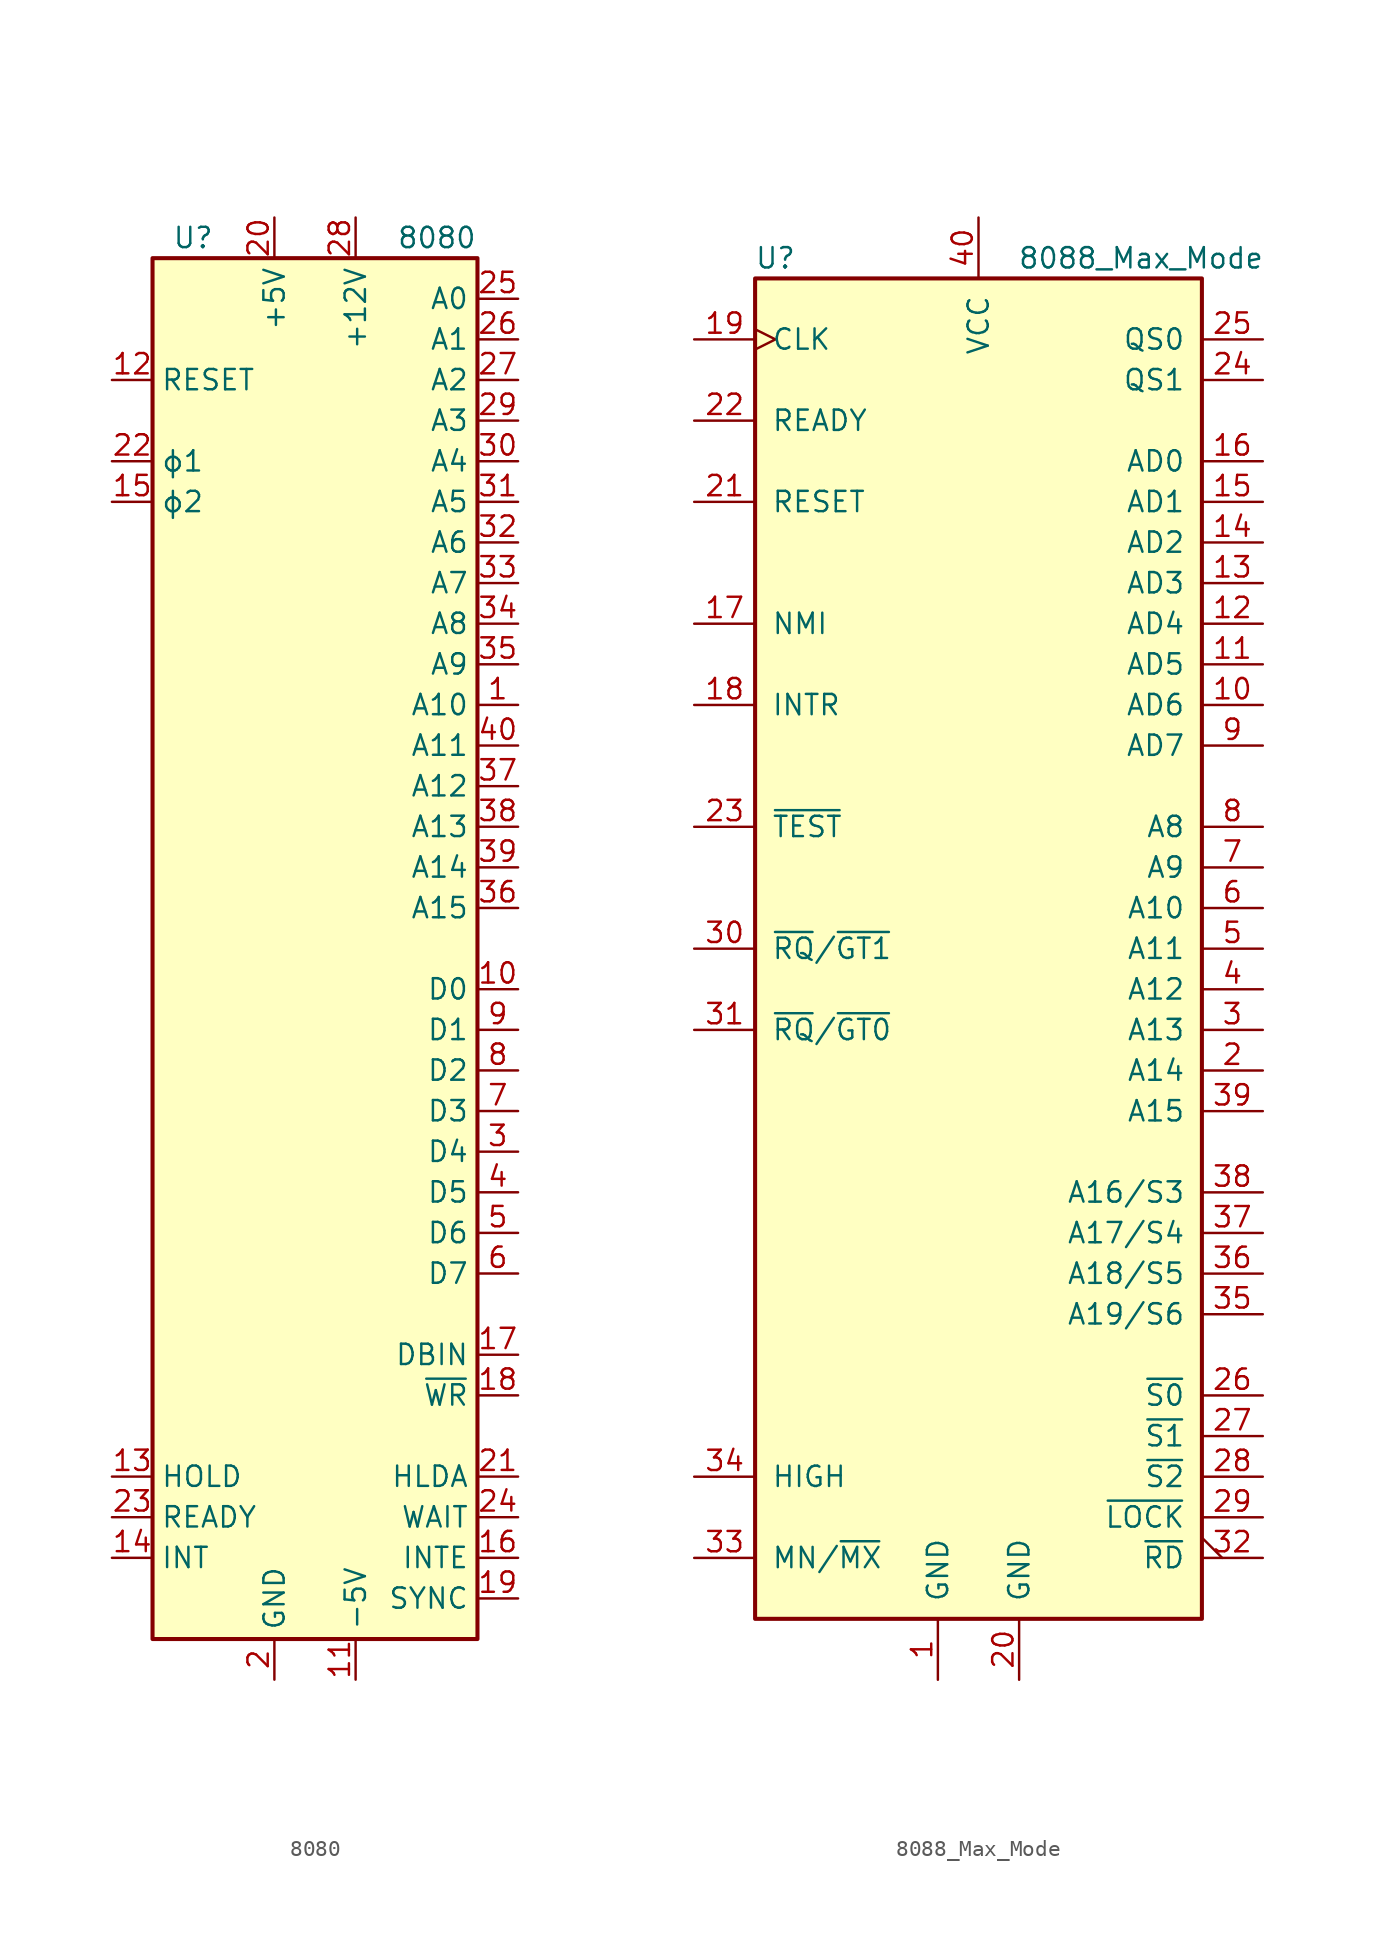
<source format=kicad_sym>
(kicad_symbol_lib
  (version 20231120)
  (generator "kicad_symbol_editor")
  (generator_version "8.0")
  (symbol "8080"
    (property "Reference" "U"
      (at -7.62 44.45 0)
      (effects (font (size 1.27 1.27))))
    (property "Value" "8080"
      (at 7.62 44.45 0)
      (effects (font (size 1.27 1.27))))
    (symbol "8080_0_1"
      (rectangle (start -10.16 43.18) (end 10.16 -43.18) (stroke (width 0.254) (type default)) (fill (type background))))
    (symbol "8080_1_1"
      (pin output line (at 12.7 15.24 180) (length 2.54) (name "A10" (effects (font (size 1.27 1.27)))) (number "1" (effects (font (size 1.27 1.27)))))
      (pin bidirectional line (at 12.7 -2.54 180) (length 2.54) (name "D0" (effects (font (size 1.27 1.27)))) (number "10" (effects (font (size 1.27 1.27)))))
      (pin power_in line (at 2.54 -45.72 90) (length 2.54) (name "-5V" (effects (font (size 1.27 1.27)))) (number "11" (effects (font (size 1.27 1.27)))))
      (pin input line (at -12.7 35.56 0) (length 2.54) (name "RESET" (effects (font (size 1.27 1.27)))) (number "12" (effects (font (size 1.27 1.27)))))
      (pin input line (at -12.7 -33.02 0) (length 2.54) (name "HOLD" (effects (font (size 1.27 1.27)))) (number "13" (effects (font (size 1.27 1.27)))))
      (pin input line (at -12.7 -38.1 0) (length 2.54) (name "INT" (effects (font (size 1.27 1.27)))) (number "14" (effects (font (size 1.27 1.27)))))
      (pin input line (at -12.7 27.94 0) (length 2.54) (name "ϕ2" (effects (font (size 1.27 1.27)))) (number "15" (effects (font (size 1.27 1.27)))))
      (pin output line (at 12.7 -38.1 180) (length 2.54) (name "INTE" (effects (font (size 1.27 1.27)))) (number "16" (effects (font (size 1.27 1.27)))))
      (pin output line (at 12.7 -25.4 180) (length 2.54) (name "DBIN" (effects (font (size 1.27 1.27)))) (number "17" (effects (font (size 1.27 1.27)))))
      (pin output line (at 12.7 -27.94 180) (length 2.54) (name "~{WR}" (effects (font (size 1.27 1.27)))) (number "18" (effects (font (size 1.27 1.27)))))
      (pin output line (at 12.7 -40.64 180) (length 2.54) (name "SYNC" (effects (font (size 1.27 1.27)))) (number "19" (effects (font (size 1.27 1.27)))))
      (pin power_in line (at -2.54 -45.72 90) (length 2.54) (name "GND" (effects (font (size 1.27 1.27)))) (number "2" (effects (font (size 1.27 1.27)))))
      (pin power_in line (at -2.54 45.72 270) (length 2.54) (name "+5V" (effects (font (size 1.27 1.27)))) (number "20" (effects (font (size 1.27 1.27)))))
      (pin output line (at 12.7 -33.02 180) (length 2.54) (name "HLDA" (effects (font (size 1.27 1.27)))) (number "21" (effects (font (size 1.27 1.27)))))
      (pin input line (at -12.7 30.48 0) (length 2.54) (name "ϕ1" (effects (font (size 1.27 1.27)))) (number "22" (effects (font (size 1.27 1.27)))))
      (pin input line (at -12.7 -35.56 0) (length 2.54) (name "READY" (effects (font (size 1.27 1.27)))) (number "23" (effects (font (size 1.27 1.27)))))
      (pin output line (at 12.7 -35.56 180) (length 2.54) (name "WAIT" (effects (font (size 1.27 1.27)))) (number "24" (effects (font (size 1.27 1.27)))))
      (pin output line (at 12.7 40.64 180) (length 2.54) (name "A0" (effects (font (size 1.27 1.27)))) (number "25" (effects (font (size 1.27 1.27)))))
      (pin output line (at 12.7 38.1 180) (length 2.54) (name "A1" (effects (font (size 1.27 1.27)))) (number "26" (effects (font (size 1.27 1.27)))))
      (pin output line (at 12.7 35.56 180) (length 2.54) (name "A2" (effects (font (size 1.27 1.27)))) (number "27" (effects (font (size 1.27 1.27)))))
      (pin power_in line (at 2.54 45.72 270) (length 2.54) (name "+12V" (effects (font (size 1.27 1.27)))) (number "28" (effects (font (size 1.27 1.27)))))
      (pin output line (at 12.7 33.02 180) (length 2.54) (name "A3" (effects (font (size 1.27 1.27)))) (number "29" (effects (font (size 1.27 1.27)))))
      (pin bidirectional line (at 12.7 -12.7 180) (length 2.54) (name "D4" (effects (font (size 1.27 1.27)))) (number "3" (effects (font (size 1.27 1.27)))))
      (pin output line (at 12.7 30.48 180) (length 2.54) (name "A4" (effects (font (size 1.27 1.27)))) (number "30" (effects (font (size 1.27 1.27)))))
      (pin output line (at 12.7 27.94 180) (length 2.54) (name "A5" (effects (font (size 1.27 1.27)))) (number "31" (effects (font (size 1.27 1.27)))))
      (pin output line (at 12.7 25.4 180) (length 2.54) (name "A6" (effects (font (size 1.27 1.27)))) (number "32" (effects (font (size 1.27 1.27)))))
      (pin output line (at 12.7 22.86 180) (length 2.54) (name "A7" (effects (font (size 1.27 1.27)))) (number "33" (effects (font (size 1.27 1.27)))))
      (pin output line (at 12.7 20.32 180) (length 2.54) (name "A8" (effects (font (size 1.27 1.27)))) (number "34" (effects (font (size 1.27 1.27)))))
      (pin output line (at 12.7 17.78 180) (length 2.54) (name "A9" (effects (font (size 1.27 1.27)))) (number "35" (effects (font (size 1.27 1.27)))))
      (pin output line (at 12.7 2.54 180) (length 2.54) (name "A15" (effects (font (size 1.27 1.27)))) (number "36" (effects (font (size 1.27 1.27)))))
      (pin output line (at 12.7 10.16 180) (length 2.54) (name "A12" (effects (font (size 1.27 1.27)))) (number "37" (effects (font (size 1.27 1.27)))))
      (pin output line (at 12.7 7.62 180) (length 2.54) (name "A13" (effects (font (size 1.27 1.27)))) (number "38" (effects (font (size 1.27 1.27)))))
      (pin output line (at 12.7 5.08 180) (length 2.54) (name "A14" (effects (font (size 1.27 1.27)))) (number "39" (effects (font (size 1.27 1.27)))))
      (pin bidirectional line (at 12.7 -15.24 180) (length 2.54) (name "D5" (effects (font (size 1.27 1.27)))) (number "4" (effects (font (size 1.27 1.27)))))
      (pin output line (at 12.7 12.7 180) (length 2.54) (name "A11" (effects (font (size 1.27 1.27)))) (number "40" (effects (font (size 1.27 1.27)))))
      (pin bidirectional line (at 12.7 -17.78 180) (length 2.54) (name "D6" (effects (font (size 1.27 1.27)))) (number "5" (effects (font (size 1.27 1.27)))))
      (pin bidirectional line (at 12.7 -20.32 180) (length 2.54) (name "D7" (effects (font (size 1.27 1.27)))) (number "6" (effects (font (size 1.27 1.27)))))
      (pin bidirectional line (at 12.7 -10.16 180) (length 2.54) (name "D3" (effects (font (size 1.27 1.27)))) (number "7" (effects (font (size 1.27 1.27)))))
      (pin bidirectional line (at 12.7 -7.62 180) (length 2.54) (name "D2" (effects (font (size 1.27 1.27)))) (number "8" (effects (font (size 1.27 1.27)))))
      (pin bidirectional line (at 12.7 -5.08 180) (length 2.54) (name "D1" (effects (font (size 1.27 1.27)))) (number "9" (effects (font (size 1.27 1.27)))))))
  (symbol "8088_Max_Mode"
    (pin_names
      (offset 1.016))
    (property "Reference" "U"
      (at -12.7 43.18 0)
      (effects (font (size 1.27 1.27))))
    (property "Value" "8088_Max_Mode"
      (at 10.16 43.18 0)
      (effects (font (size 1.27 1.27))))
    (symbol "8088_Max_Mode_0_1"
      (rectangle (start 13.97 -41.91) (end -13.97 41.91) (stroke (width 0.254) (type default)) (fill (type background))))
    (symbol "8088_Max_Mode_1_1"
      (pin power_in line (at -2.54 -45.72 90) (length 3.81) (name "GND" (effects (font (size 1.27 1.27)))) (number "1" (effects (font (size 1.27 1.27)))))
      (pin bidirectional line (at 17.78 15.24 180) (length 3.81) (name "AD6" (effects (font (size 1.27 1.27)))) (number "10" (effects (font (size 1.27 1.27)))))
      (pin bidirectional line (at 17.78 17.78 180) (length 3.81) (name "AD5" (effects (font (size 1.27 1.27)))) (number "11" (effects (font (size 1.27 1.27)))))
      (pin bidirectional line (at 17.78 20.32 180) (length 3.81) (name "AD4" (effects (font (size 1.27 1.27)))) (number "12" (effects (font (size 1.27 1.27)))))
      (pin bidirectional line (at 17.78 22.86 180) (length 3.81) (name "AD3" (effects (font (size 1.27 1.27)))) (number "13" (effects (font (size 1.27 1.27)))))
      (pin bidirectional line (at 17.78 25.4 180) (length 3.81) (name "AD2" (effects (font (size 1.27 1.27)))) (number "14" (effects (font (size 1.27 1.27)))))
      (pin bidirectional line (at 17.78 27.94 180) (length 3.81) (name "AD1" (effects (font (size 1.27 1.27)))) (number "15" (effects (font (size 1.27 1.27)))))
      (pin bidirectional line (at 17.78 30.48 180) (length 3.81) (name "AD0" (effects (font (size 1.27 1.27)))) (number "16" (effects (font (size 1.27 1.27)))))
      (pin input line (at -17.78 20.32 0) (length 3.81) (name "NMI" (effects (font (size 1.27 1.27)))) (number "17" (effects (font (size 1.27 1.27)))))
      (pin input line (at -17.78 15.24 0) (length 3.81) (name "INTR" (effects (font (size 1.27 1.27)))) (number "18" (effects (font (size 1.27 1.27)))))
      (pin input clock (at -17.78 38.1 0) (length 3.81) (name "CLK" (effects (font (size 1.27 1.27)))) (number "19" (effects (font (size 1.27 1.27)))))
      (pin output line (at 17.78 -7.62 180) (length 3.81) (name "A14" (effects (font (size 1.27 1.27)))) (number "2" (effects (font (size 1.27 1.27)))))
      (pin power_in line (at 2.54 -45.72 90) (length 3.81) (name "GND" (effects (font (size 1.27 1.27)))) (number "20" (effects (font (size 1.27 1.27)))))
      (pin input line (at -17.78 27.94 0) (length 3.81) (name "RESET" (effects (font (size 1.27 1.27)))) (number "21" (effects (font (size 1.27 1.27)))))
      (pin input line (at -17.78 33.02 0) (length 3.81) (name "READY" (effects (font (size 1.27 1.27)))) (number "22" (effects (font (size 1.27 1.27)))))
      (pin input line (at -17.78 7.62 0) (length 3.81) (name "~{TEST}" (effects (font (size 1.27 1.27)))) (number "23" (effects (font (size 1.27 1.27)))))
      (pin output line (at 17.78 35.56 180) (length 3.81) (name "QS1" (effects (font (size 1.27 1.27)))) (number "24" (effects (font (size 1.27 1.27)))))
      (pin output line (at 17.78 38.1 180) (length 3.81) (name "QS0" (effects (font (size 1.27 1.27)))) (number "25" (effects (font (size 1.27 1.27)))))
      (pin output line (at 17.78 -27.94 180) (length 3.81) (name "~{S0}" (effects (font (size 1.27 1.27)))) (number "26" (effects (font (size 1.27 1.27)))))
      (pin output line (at 17.78 -30.48 180) (length 3.81) (name "~{S1}" (effects (font (size 1.27 1.27)))) (number "27" (effects (font (size 1.27 1.27)))))
      (pin output line (at 17.78 -33.02 180) (length 3.81) (name "~{S2}" (effects (font (size 1.27 1.27)))) (number "28" (effects (font (size 1.27 1.27)))))
      (pin output line (at 17.78 -35.56 180) (length 3.81) (name "~{LOCK}" (effects (font (size 1.27 1.27)))) (number "29" (effects (font (size 1.27 1.27)))))
      (pin output line (at 17.78 -5.08 180) (length 3.81) (name "A13" (effects (font (size 1.27 1.27)))) (number "3" (effects (font (size 1.27 1.27)))))
      (pin bidirectional line (at -17.78 0 0) (length 3.81) (name "~{RQ}/~{GT1}" (effects (font (size 1.27 1.27)))) (number "30" (effects (font (size 1.27 1.27)))))
      (pin bidirectional line (at -17.78 -5.08 0) (length 3.81) (name "~{RQ}/~{GT0}" (effects (font (size 1.27 1.27)))) (number "31" (effects (font (size 1.27 1.27)))))
      (pin output output_low (at 17.78 -38.1 180) (length 3.81) (name "~{RD}" (effects (font (size 1.27 1.27)))) (number "32" (effects (font (size 1.27 1.27)))))
      (pin input line (at -17.78 -38.1 0) (length 3.81) (name "MN/~{MX}" (effects (font (size 1.27 1.27)))) (number "33" (effects (font (size 1.27 1.27)))))
      (pin output line (at -17.78 -33.02 0) (length 3.81) (name "HIGH" (effects (font (size 1.27 1.27)))) (number "34" (effects (font (size 1.27 1.27)))))
      (pin output line (at 17.78 -22.86 180) (length 3.81) (name "A19/S6" (effects (font (size 1.27 1.27)))) (number "35" (effects (font (size 1.27 1.27)))))
      (pin output line (at 17.78 -20.32 180) (length 3.81) (name "A18/S5" (effects (font (size 1.27 1.27)))) (number "36" (effects (font (size 1.27 1.27)))))
      (pin output line (at 17.78 -17.78 180) (length 3.81) (name "A17/S4" (effects (font (size 1.27 1.27)))) (number "37" (effects (font (size 1.27 1.27)))))
      (pin output line (at 17.78 -15.24 180) (length 3.81) (name "A16/S3" (effects (font (size 1.27 1.27)))) (number "38" (effects (font (size 1.27 1.27)))))
      (pin output line (at 17.78 -10.16 180) (length 3.81) (name "A15" (effects (font (size 1.27 1.27)))) (number "39" (effects (font (size 1.27 1.27)))))
      (pin output line (at 17.78 -2.54 180) (length 3.81) (name "A12" (effects (font (size 1.27 1.27)))) (number "4" (effects (font (size 1.27 1.27)))))
      (pin power_in line (at 0 45.72 270) (length 3.81) (name "VCC" (effects (font (size 1.27 1.27)))) (number "40" (effects (font (size 1.27 1.27)))))
      (pin output line (at 17.78 0 180) (length 3.81) (name "A11" (effects (font (size 1.27 1.27)))) (number "5" (effects (font (size 1.27 1.27)))))
      (pin output line (at 17.78 2.54 180) (length 3.81) (name "A10" (effects (font (size 1.27 1.27)))) (number "6" (effects (font (size 1.27 1.27)))))
      (pin output line (at 17.78 5.08 180) (length 3.81) (name "A9" (effects (font (size 1.27 1.27)))) (number "7" (effects (font (size 1.27 1.27)))))
      (pin output line (at 17.78 7.62 180) (length 3.81) (name "A8" (effects (font (size 1.27 1.27)))) (number "8" (effects (font (size 1.27 1.27)))))
      (pin bidirectional line (at 17.78 12.7 180) (length 3.81) (name "AD7" (effects (font (size 1.27 1.27)))) (number "9" (effects (font (size 1.27 1.27))))))))
</source>
